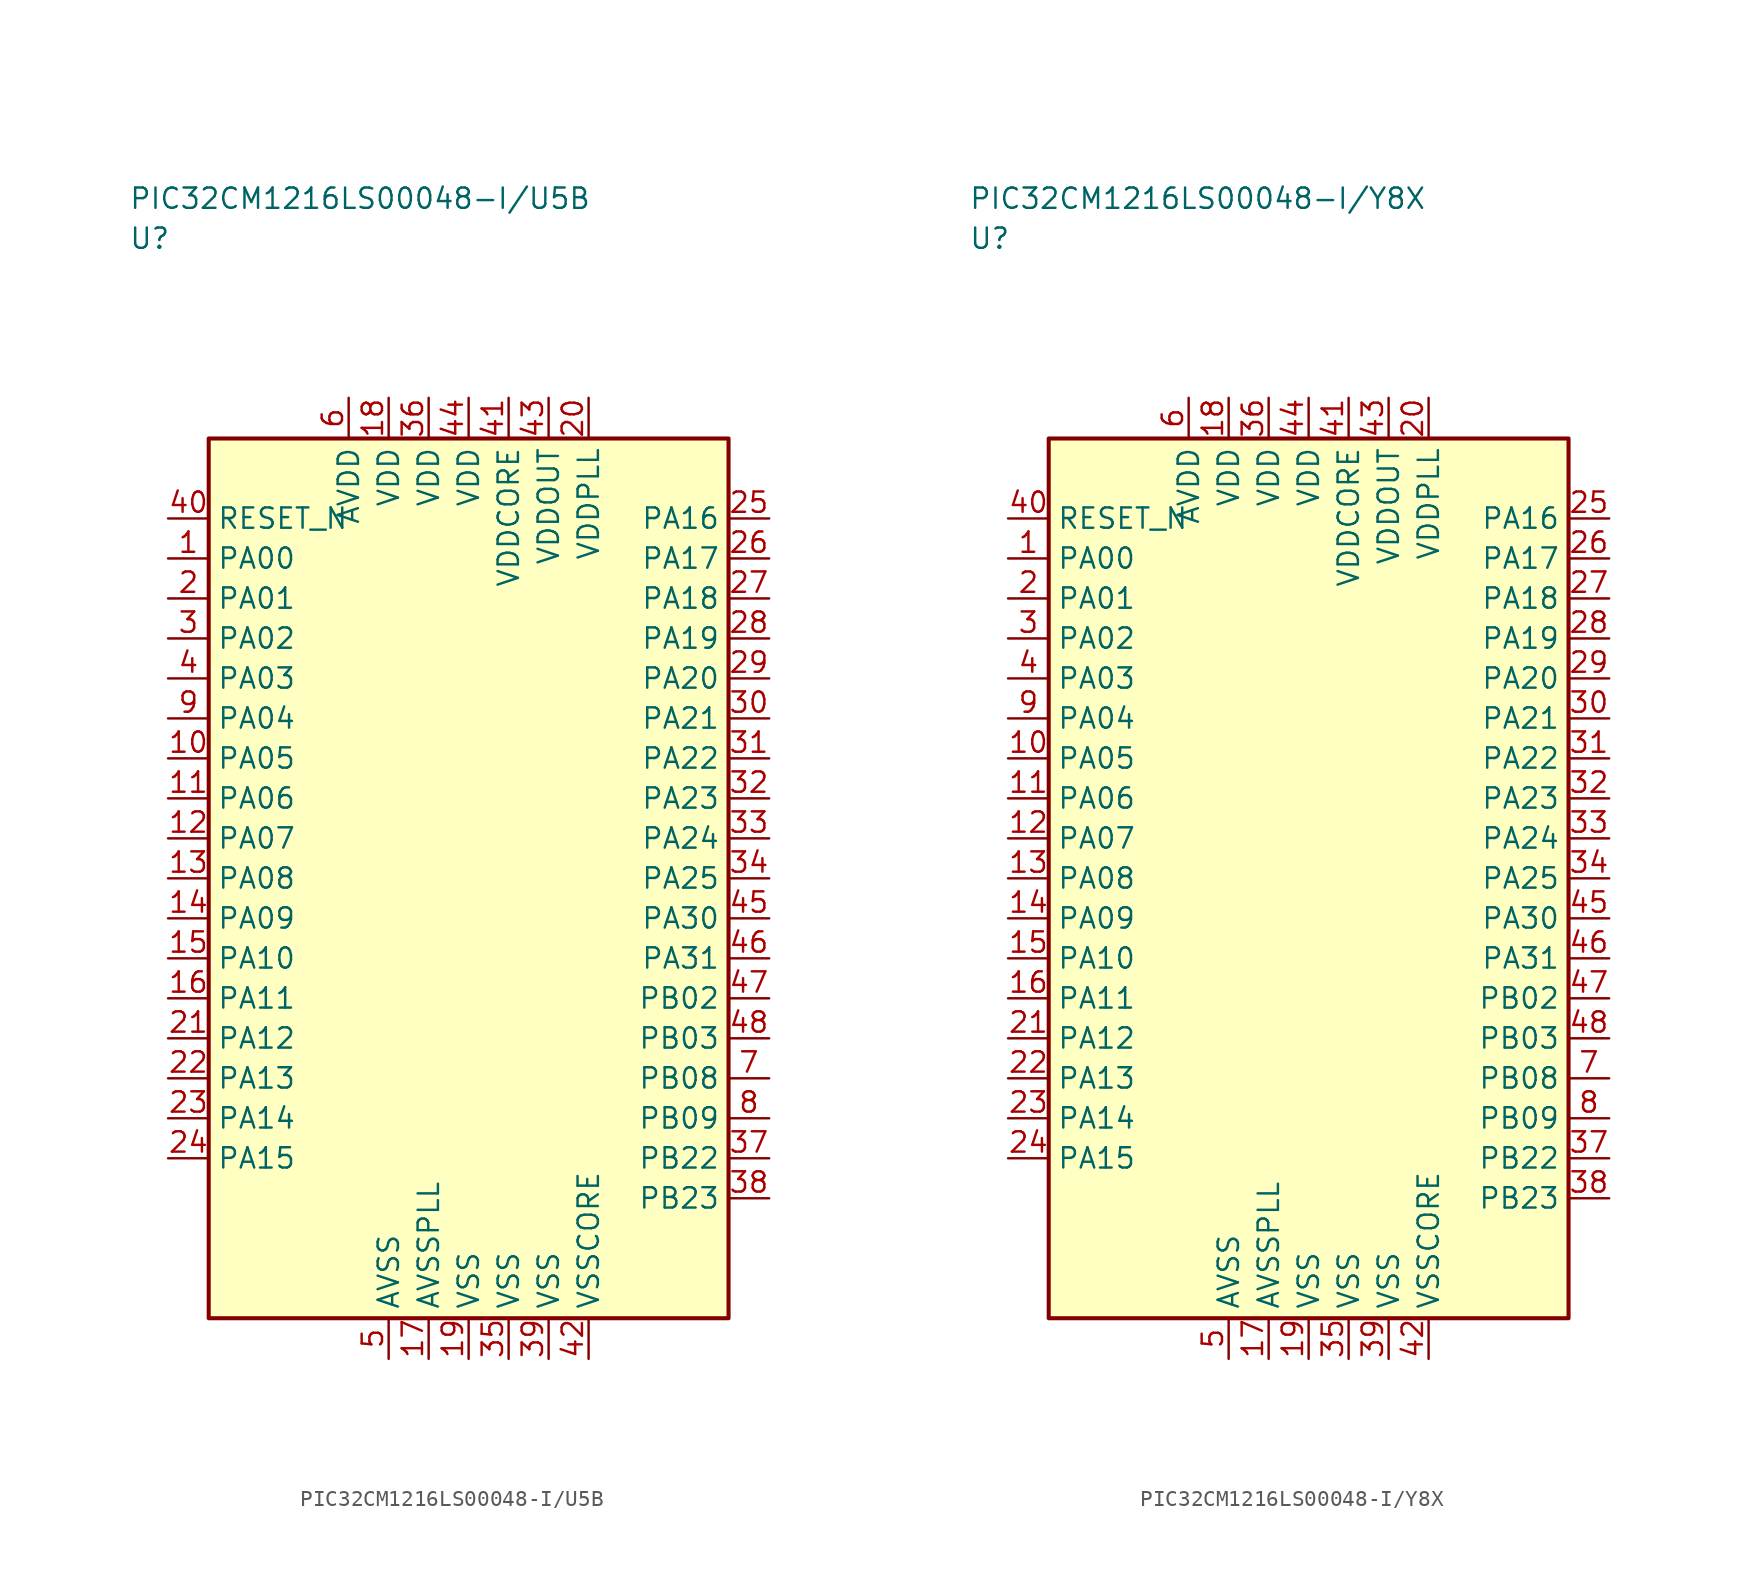
<source format=kicad_sym>
(kicad_symbol_lib
  (version 20241025)
  (generator "kicad_symbol_editor")
  (generator_version "8.0")
  (symbol "PIC32CM1216LS00048-I/U5B"
    (property "Reference" "U"
      (at -21.25 40.0 0)
      (effects (font (size 1.27 1.27)) (justify left)))
    (property "Value" "PIC32CM1216LS00048-I/U5B"
      (at -21.25 42.5 0)
      (effects (font (size 1.27 1.27)) (justify left)))
    (symbol "PIC32CM1216LS00048-I/U5B_0_1"
      (rectangle (start -16.25 27.5) (end 16.25 -27.5) (stroke (width 0.254) (type default)) (fill (type background))))
    (symbol "PIC32CM1216LS00048-I/U5B_1_1"
      (pin bidirectional line (at -18.79 20.0 0.0) (length 2.54) (name "PA00" (effects (font (size 1.27 1.27)))) (number "1" (effects (font (size 1.27 1.27)))))
      (pin bidirectional line (at -18.79 17.5 0.0) (length 2.54) (name "PA01" (effects (font (size 1.27 1.27)))) (number "2" (effects (font (size 1.27 1.27)))))
      (pin bidirectional line (at -18.79 15.0 0.0) (length 2.54) (name "PA02" (effects (font (size 1.27 1.27)))) (number "3" (effects (font (size 1.27 1.27)))))
      (pin bidirectional line (at -18.79 12.5 0.0) (length 2.54) (name "PA03" (effects (font (size 1.27 1.27)))) (number "4" (effects (font (size 1.27 1.27)))))
      (pin passive line (at -5.0 -30.04 90.0) (length 2.54) (name "AVSS" (effects (font (size 1.27 1.27)))) (number "5" (effects (font (size 1.27 1.27)))))
      (pin power_in line (at -7.5 30.04 270.0) (length 2.54) (name "AVDD" (effects (font (size 1.27 1.27)))) (number "6" (effects (font (size 1.27 1.27)))))
      (pin bidirectional line (at 18.79 -12.5 180.0) (length 2.54) (name "PB08" (effects (font (size 1.27 1.27)))) (number "7" (effects (font (size 1.27 1.27)))))
      (pin bidirectional line (at 18.79 -15.0 180.0) (length 2.54) (name "PB09" (effects (font (size 1.27 1.27)))) (number "8" (effects (font (size 1.27 1.27)))))
      (pin bidirectional line (at -18.79 10.0 0.0) (length 2.54) (name "PA04" (effects (font (size 1.27 1.27)))) (number "9" (effects (font (size 1.27 1.27)))))
      (pin bidirectional line (at -18.79 7.5 0.0) (length 2.54) (name "PA05" (effects (font (size 1.27 1.27)))) (number "10" (effects (font (size 1.27 1.27)))))
      (pin bidirectional line (at -18.79 5.0 0.0) (length 2.54) (name "PA06" (effects (font (size 1.27 1.27)))) (number "11" (effects (font (size 1.27 1.27)))))
      (pin bidirectional line (at -18.79 2.5 0.0) (length 2.54) (name "PA07" (effects (font (size 1.27 1.27)))) (number "12" (effects (font (size 1.27 1.27)))))
      (pin bidirectional line (at -18.79 0.0 0.0) (length 2.54) (name "PA08" (effects (font (size 1.27 1.27)))) (number "13" (effects (font (size 1.27 1.27)))))
      (pin bidirectional line (at -18.79 -2.5 0.0) (length 2.54) (name "PA09" (effects (font (size 1.27 1.27)))) (number "14" (effects (font (size 1.27 1.27)))))
      (pin bidirectional line (at -18.79 -5.0 0.0) (length 2.54) (name "PA10" (effects (font (size 1.27 1.27)))) (number "15" (effects (font (size 1.27 1.27)))))
      (pin bidirectional line (at -18.79 -7.5 0.0) (length 2.54) (name "PA11" (effects (font (size 1.27 1.27)))) (number "16" (effects (font (size 1.27 1.27)))))
      (pin passive line (at -2.5 -30.04 90.0) (length 2.54) (name "AVSSPLL" (effects (font (size 1.27 1.27)))) (number "17" (effects (font (size 1.27 1.27)))))
      (pin power_in line (at -5.0 30.04 270.0) (length 2.54) (name "VDD" (effects (font (size 1.27 1.27)))) (number "18" (effects (font (size 1.27 1.27)))))
      (pin passive line (at 0.0 -30.04 90.0) (length 2.54) (name "VSS" (effects (font (size 1.27 1.27)))) (number "19" (effects (font (size 1.27 1.27)))))
      (pin power_in line (at 7.5 30.04 270.0) (length 2.54) (name "VDDPLL" (effects (font (size 1.27 1.27)))) (number "20" (effects (font (size 1.27 1.27)))))
      (pin bidirectional line (at -18.79 -10.0 0.0) (length 2.54) (name "PA12" (effects (font (size 1.27 1.27)))) (number "21" (effects (font (size 1.27 1.27)))))
      (pin bidirectional line (at -18.79 -12.5 0.0) (length 2.54) (name "PA13" (effects (font (size 1.27 1.27)))) (number "22" (effects (font (size 1.27 1.27)))))
      (pin bidirectional line (at -18.79 -15.0 0.0) (length 2.54) (name "PA14" (effects (font (size 1.27 1.27)))) (number "23" (effects (font (size 1.27 1.27)))))
      (pin bidirectional line (at -18.79 -17.5 0.0) (length 2.54) (name "PA15" (effects (font (size 1.27 1.27)))) (number "24" (effects (font (size 1.27 1.27)))))
      (pin bidirectional line (at 18.79 22.5 180.0) (length 2.54) (name "PA16" (effects (font (size 1.27 1.27)))) (number "25" (effects (font (size 1.27 1.27)))))
      (pin bidirectional line (at 18.79 20.0 180.0) (length 2.54) (name "PA17" (effects (font (size 1.27 1.27)))) (number "26" (effects (font (size 1.27 1.27)))))
      (pin bidirectional line (at 18.79 17.5 180.0) (length 2.54) (name "PA18" (effects (font (size 1.27 1.27)))) (number "27" (effects (font (size 1.27 1.27)))))
      (pin bidirectional line (at 18.79 15.0 180.0) (length 2.54) (name "PA19" (effects (font (size 1.27 1.27)))) (number "28" (effects (font (size 1.27 1.27)))))
      (pin bidirectional line (at 18.79 12.5 180.0) (length 2.54) (name "PA20" (effects (font (size 1.27 1.27)))) (number "29" (effects (font (size 1.27 1.27)))))
      (pin bidirectional line (at 18.79 10.0 180.0) (length 2.54) (name "PA21" (effects (font (size 1.27 1.27)))) (number "30" (effects (font (size 1.27 1.27)))))
      (pin bidirectional line (at 18.79 7.5 180.0) (length 2.54) (name "PA22" (effects (font (size 1.27 1.27)))) (number "31" (effects (font (size 1.27 1.27)))))
      (pin bidirectional line (at 18.79 5.0 180.0) (length 2.54) (name "PA23" (effects (font (size 1.27 1.27)))) (number "32" (effects (font (size 1.27 1.27)))))
      (pin bidirectional line (at 18.79 2.5 180.0) (length 2.54) (name "PA24" (effects (font (size 1.27 1.27)))) (number "33" (effects (font (size 1.27 1.27)))))
      (pin bidirectional line (at 18.79 0.0 180.0) (length 2.54) (name "PA25" (effects (font (size 1.27 1.27)))) (number "34" (effects (font (size 1.27 1.27)))))
      (pin passive line (at 2.5 -30.04 90.0) (length 2.54) (name "VSS" (effects (font (size 1.27 1.27)))) (number "35" (effects (font (size 1.27 1.27)))))
      (pin power_in line (at -2.5 30.04 270.0) (length 2.54) (name "VDD" (effects (font (size 1.27 1.27)))) (number "36" (effects (font (size 1.27 1.27)))))
      (pin bidirectional line (at 18.79 -17.5 180.0) (length 2.54) (name "PB22" (effects (font (size 1.27 1.27)))) (number "37" (effects (font (size 1.27 1.27)))))
      (pin bidirectional line (at 18.79 -20.0 180.0) (length 2.54) (name "PB23" (effects (font (size 1.27 1.27)))) (number "38" (effects (font (size 1.27 1.27)))))
      (pin passive line (at 5.0 -30.04 90.0) (length 2.54) (name "VSS" (effects (font (size 1.27 1.27)))) (number "39" (effects (font (size 1.27 1.27)))))
      (pin input line (at -18.79 22.5 0.0) (length 2.54) (name "RESET_N" (effects (font (size 1.27 1.27)))) (number "40" (effects (font (size 1.27 1.27)))))
      (pin power_in line (at 2.5 30.04 270.0) (length 2.54) (name "VDDCORE" (effects (font (size 1.27 1.27)))) (number "41" (effects (font (size 1.27 1.27)))))
      (pin passive line (at 7.5 -30.04 90.0) (length 2.54) (name "VSSCORE" (effects (font (size 1.27 1.27)))) (number "42" (effects (font (size 1.27 1.27)))))
      (pin power_in line (at 5.0 30.04 270.0) (length 2.54) (name "VDDOUT" (effects (font (size 1.27 1.27)))) (number "43" (effects (font (size 1.27 1.27)))))
      (pin power_in line (at 0.0 30.04 270.0) (length 2.54) (name "VDD" (effects (font (size 1.27 1.27)))) (number "44" (effects (font (size 1.27 1.27)))))
      (pin bidirectional line (at 18.79 -2.5 180.0) (length 2.54) (name "PA30" (effects (font (size 1.27 1.27)))) (number "45" (effects (font (size 1.27 1.27)))))
      (pin bidirectional line (at 18.79 -5.0 180.0) (length 2.54) (name "PA31" (effects (font (size 1.27 1.27)))) (number "46" (effects (font (size 1.27 1.27)))))
      (pin bidirectional line (at 18.79 -7.5 180.0) (length 2.54) (name "PB02" (effects (font (size 1.27 1.27)))) (number "47" (effects (font (size 1.27 1.27)))))
      (pin bidirectional line (at 18.79 -10.0 180.0) (length 2.54) (name "PB03" (effects (font (size 1.27 1.27)))) (number "48" (effects (font (size 1.27 1.27)))))))
  (symbol "PIC32CM1216LS00048-I/Y8X"
    (property "Reference" "U"
      (at -21.25 40.0 0)
      (effects (font (size 1.27 1.27)) (justify left)))
    (property "Value" "PIC32CM1216LS00048-I/Y8X"
      (at -21.25 42.5 0)
      (effects (font (size 1.27 1.27)) (justify left)))
    (symbol "PIC32CM1216LS00048-I/Y8X_0_1"
      (rectangle (start -16.25 27.5) (end 16.25 -27.5) (stroke (width 0.254) (type default)) (fill (type background))))
    (symbol "PIC32CM1216LS00048-I/Y8X_1_1"
      (pin bidirectional line (at -18.79 20.0 0.0) (length 2.54) (name "PA00" (effects (font (size 1.27 1.27)))) (number "1" (effects (font (size 1.27 1.27)))))
      (pin bidirectional line (at -18.79 17.5 0.0) (length 2.54) (name "PA01" (effects (font (size 1.27 1.27)))) (number "2" (effects (font (size 1.27 1.27)))))
      (pin bidirectional line (at -18.79 15.0 0.0) (length 2.54) (name "PA02" (effects (font (size 1.27 1.27)))) (number "3" (effects (font (size 1.27 1.27)))))
      (pin bidirectional line (at -18.79 12.5 0.0) (length 2.54) (name "PA03" (effects (font (size 1.27 1.27)))) (number "4" (effects (font (size 1.27 1.27)))))
      (pin passive line (at -5.0 -30.04 90.0) (length 2.54) (name "AVSS" (effects (font (size 1.27 1.27)))) (number "5" (effects (font (size 1.27 1.27)))))
      (pin power_in line (at -7.5 30.04 270.0) (length 2.54) (name "AVDD" (effects (font (size 1.27 1.27)))) (number "6" (effects (font (size 1.27 1.27)))))
      (pin bidirectional line (at 18.79 -12.5 180.0) (length 2.54) (name "PB08" (effects (font (size 1.27 1.27)))) (number "7" (effects (font (size 1.27 1.27)))))
      (pin bidirectional line (at 18.79 -15.0 180.0) (length 2.54) (name "PB09" (effects (font (size 1.27 1.27)))) (number "8" (effects (font (size 1.27 1.27)))))
      (pin bidirectional line (at -18.79 10.0 0.0) (length 2.54) (name "PA04" (effects (font (size 1.27 1.27)))) (number "9" (effects (font (size 1.27 1.27)))))
      (pin bidirectional line (at -18.79 7.5 0.0) (length 2.54) (name "PA05" (effects (font (size 1.27 1.27)))) (number "10" (effects (font (size 1.27 1.27)))))
      (pin bidirectional line (at -18.79 5.0 0.0) (length 2.54) (name "PA06" (effects (font (size 1.27 1.27)))) (number "11" (effects (font (size 1.27 1.27)))))
      (pin bidirectional line (at -18.79 2.5 0.0) (length 2.54) (name "PA07" (effects (font (size 1.27 1.27)))) (number "12" (effects (font (size 1.27 1.27)))))
      (pin bidirectional line (at -18.79 0.0 0.0) (length 2.54) (name "PA08" (effects (font (size 1.27 1.27)))) (number "13" (effects (font (size 1.27 1.27)))))
      (pin bidirectional line (at -18.79 -2.5 0.0) (length 2.54) (name "PA09" (effects (font (size 1.27 1.27)))) (number "14" (effects (font (size 1.27 1.27)))))
      (pin bidirectional line (at -18.79 -5.0 0.0) (length 2.54) (name "PA10" (effects (font (size 1.27 1.27)))) (number "15" (effects (font (size 1.27 1.27)))))
      (pin bidirectional line (at -18.79 -7.5 0.0) (length 2.54) (name "PA11" (effects (font (size 1.27 1.27)))) (number "16" (effects (font (size 1.27 1.27)))))
      (pin passive line (at -2.5 -30.04 90.0) (length 2.54) (name "AVSSPLL" (effects (font (size 1.27 1.27)))) (number "17" (effects (font (size 1.27 1.27)))))
      (pin power_in line (at -5.0 30.04 270.0) (length 2.54) (name "VDD" (effects (font (size 1.27 1.27)))) (number "18" (effects (font (size 1.27 1.27)))))
      (pin passive line (at 0.0 -30.04 90.0) (length 2.54) (name "VSS" (effects (font (size 1.27 1.27)))) (number "19" (effects (font (size 1.27 1.27)))))
      (pin power_in line (at 7.5 30.04 270.0) (length 2.54) (name "VDDPLL" (effects (font (size 1.27 1.27)))) (number "20" (effects (font (size 1.27 1.27)))))
      (pin bidirectional line (at -18.79 -10.0 0.0) (length 2.54) (name "PA12" (effects (font (size 1.27 1.27)))) (number "21" (effects (font (size 1.27 1.27)))))
      (pin bidirectional line (at -18.79 -12.5 0.0) (length 2.54) (name "PA13" (effects (font (size 1.27 1.27)))) (number "22" (effects (font (size 1.27 1.27)))))
      (pin bidirectional line (at -18.79 -15.0 0.0) (length 2.54) (name "PA14" (effects (font (size 1.27 1.27)))) (number "23" (effects (font (size 1.27 1.27)))))
      (pin bidirectional line (at -18.79 -17.5 0.0) (length 2.54) (name "PA15" (effects (font (size 1.27 1.27)))) (number "24" (effects (font (size 1.27 1.27)))))
      (pin bidirectional line (at 18.79 22.5 180.0) (length 2.54) (name "PA16" (effects (font (size 1.27 1.27)))) (number "25" (effects (font (size 1.27 1.27)))))
      (pin bidirectional line (at 18.79 20.0 180.0) (length 2.54) (name "PA17" (effects (font (size 1.27 1.27)))) (number "26" (effects (font (size 1.27 1.27)))))
      (pin bidirectional line (at 18.79 17.5 180.0) (length 2.54) (name "PA18" (effects (font (size 1.27 1.27)))) (number "27" (effects (font (size 1.27 1.27)))))
      (pin bidirectional line (at 18.79 15.0 180.0) (length 2.54) (name "PA19" (effects (font (size 1.27 1.27)))) (number "28" (effects (font (size 1.27 1.27)))))
      (pin bidirectional line (at 18.79 12.5 180.0) (length 2.54) (name "PA20" (effects (font (size 1.27 1.27)))) (number "29" (effects (font (size 1.27 1.27)))))
      (pin bidirectional line (at 18.79 10.0 180.0) (length 2.54) (name "PA21" (effects (font (size 1.27 1.27)))) (number "30" (effects (font (size 1.27 1.27)))))
      (pin bidirectional line (at 18.79 7.5 180.0) (length 2.54) (name "PA22" (effects (font (size 1.27 1.27)))) (number "31" (effects (font (size 1.27 1.27)))))
      (pin bidirectional line (at 18.79 5.0 180.0) (length 2.54) (name "PA23" (effects (font (size 1.27 1.27)))) (number "32" (effects (font (size 1.27 1.27)))))
      (pin bidirectional line (at 18.79 2.5 180.0) (length 2.54) (name "PA24" (effects (font (size 1.27 1.27)))) (number "33" (effects (font (size 1.27 1.27)))))
      (pin bidirectional line (at 18.79 0.0 180.0) (length 2.54) (name "PA25" (effects (font (size 1.27 1.27)))) (number "34" (effects (font (size 1.27 1.27)))))
      (pin passive line (at 2.5 -30.04 90.0) (length 2.54) (name "VSS" (effects (font (size 1.27 1.27)))) (number "35" (effects (font (size 1.27 1.27)))))
      (pin power_in line (at -2.5 30.04 270.0) (length 2.54) (name "VDD" (effects (font (size 1.27 1.27)))) (number "36" (effects (font (size 1.27 1.27)))))
      (pin bidirectional line (at 18.79 -17.5 180.0) (length 2.54) (name "PB22" (effects (font (size 1.27 1.27)))) (number "37" (effects (font (size 1.27 1.27)))))
      (pin bidirectional line (at 18.79 -20.0 180.0) (length 2.54) (name "PB23" (effects (font (size 1.27 1.27)))) (number "38" (effects (font (size 1.27 1.27)))))
      (pin passive line (at 5.0 -30.04 90.0) (length 2.54) (name "VSS" (effects (font (size 1.27 1.27)))) (number "39" (effects (font (size 1.27 1.27)))))
      (pin input line (at -18.79 22.5 0.0) (length 2.54) (name "RESET_N" (effects (font (size 1.27 1.27)))) (number "40" (effects (font (size 1.27 1.27)))))
      (pin power_in line (at 2.5 30.04 270.0) (length 2.54) (name "VDDCORE" (effects (font (size 1.27 1.27)))) (number "41" (effects (font (size 1.27 1.27)))))
      (pin passive line (at 7.5 -30.04 90.0) (length 2.54) (name "VSSCORE" (effects (font (size 1.27 1.27)))) (number "42" (effects (font (size 1.27 1.27)))))
      (pin power_in line (at 5.0 30.04 270.0) (length 2.54) (name "VDDOUT" (effects (font (size 1.27 1.27)))) (number "43" (effects (font (size 1.27 1.27)))))
      (pin power_in line (at 0.0 30.04 270.0) (length 2.54) (name "VDD" (effects (font (size 1.27 1.27)))) (number "44" (effects (font (size 1.27 1.27)))))
      (pin bidirectional line (at 18.79 -2.5 180.0) (length 2.54) (name "PA30" (effects (font (size 1.27 1.27)))) (number "45" (effects (font (size 1.27 1.27)))))
      (pin bidirectional line (at 18.79 -5.0 180.0) (length 2.54) (name "PA31" (effects (font (size 1.27 1.27)))) (number "46" (effects (font (size 1.27 1.27)))))
      (pin bidirectional line (at 18.79 -7.5 180.0) (length 2.54) (name "PB02" (effects (font (size 1.27 1.27)))) (number "47" (effects (font (size 1.27 1.27)))))
      (pin bidirectional line (at 18.79 -10.0 180.0) (length 2.54) (name "PB03" (effects (font (size 1.27 1.27)))) (number "48" (effects (font (size 1.27 1.27))))))))
</source>
